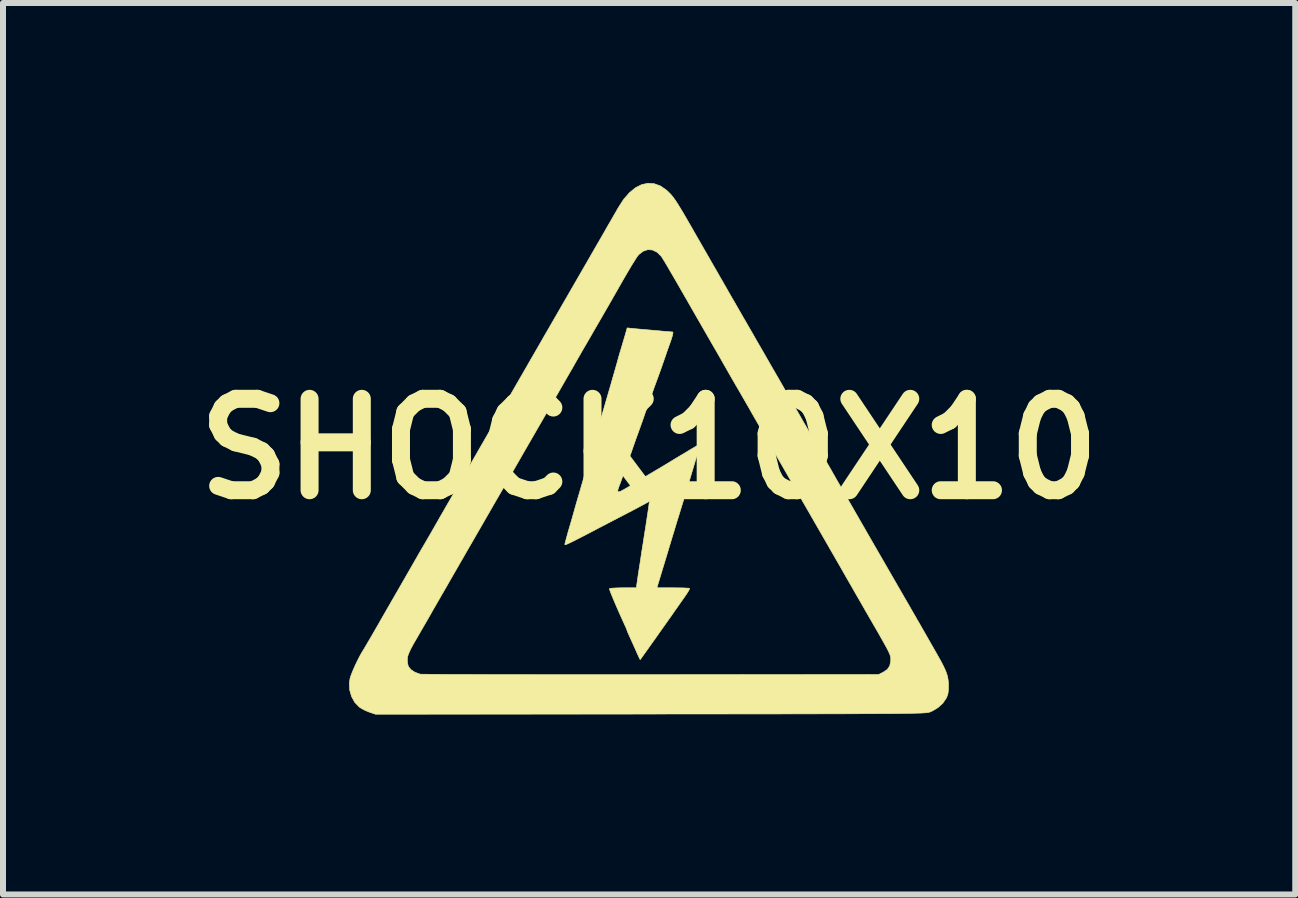
<source format=kicad_pcb>
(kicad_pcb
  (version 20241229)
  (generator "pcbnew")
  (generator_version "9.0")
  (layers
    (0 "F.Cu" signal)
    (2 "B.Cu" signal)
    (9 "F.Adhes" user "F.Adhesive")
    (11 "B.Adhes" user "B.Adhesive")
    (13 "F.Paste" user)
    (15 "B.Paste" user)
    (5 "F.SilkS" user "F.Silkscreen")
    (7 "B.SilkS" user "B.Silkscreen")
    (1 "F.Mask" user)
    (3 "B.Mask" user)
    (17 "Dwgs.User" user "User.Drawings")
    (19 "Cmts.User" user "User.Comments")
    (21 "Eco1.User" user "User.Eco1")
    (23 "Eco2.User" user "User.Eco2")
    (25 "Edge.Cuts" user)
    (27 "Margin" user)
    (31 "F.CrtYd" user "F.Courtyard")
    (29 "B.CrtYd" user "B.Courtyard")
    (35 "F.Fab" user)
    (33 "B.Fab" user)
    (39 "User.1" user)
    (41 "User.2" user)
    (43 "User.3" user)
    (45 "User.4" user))
  (footprint "SHOCK10X10"
    (layer "F.Cu")
    (at 7.772 4.434)
    (property "Reference" "SHOCK10X10" (at 0 0 0) (layer "F.SilkS") (effects (font (size 1.524 1.524) (thickness 0.3))))
    (attr through_hole)
    (fp_poly (pts (xy -0.258 -2.006) (xy -0.194 -2) (xy -0.115 -1.993) (xy -0.025 -1.985) (xy 0.068 -1.977) (xy 0.16 -1.969) (xy 0.244 -1.961) (xy 0.315 -1.955) (xy 0.367 -1.951) (xy 0.393 -1.949) (xy 0.395 -1.949) (xy 0.398 -1.935) (xy 0.39 -1.893) (xy 0.369 -1.824) (xy 0.35 -1.769) (xy 0.321 -1.688) (xy 0.293 -1.609) (xy 0.27 -1.54) (xy 0.256 -1.502) (xy 0.245 -1.468) (xy 0.231 -1.429) (xy 0.214 -1.38) (xy 0.192 -1.317) (xy 0.163 -1.237) (xy 0.126 -1.136) (xy 0.08 -1.01) (xy 0.062 -0.958) (xy 0.033 -0.877) (xy 0.001 -0.788) (xy -0.031 -0.698) (xy -0.059 -0.617) (xy -0.081 -0.554) (xy -0.087 -0.535) (xy -0.101 -0.495) (xy -0.123 -0.433) (xy -0.15 -0.358) (xy -0.175 -0.288) (xy -0.204 -0.209) (xy -0.23 -0.136) (xy -0.251 -0.076) (xy -0.264 -0.04) (xy -0.278 0.002) (xy -0.3 0.065) (xy -0.327 0.138) (xy -0.344 0.184) (xy -0.372 0.261) (xy -0.399 0.339) (xy -0.422 0.404) (xy -0.431 0.431) (xy -0.455 0.501) (xy -0.482 0.575) (xy -0.494 0.605) (xy -0.516 0.666) (xy -0.524 0.703) (xy -0.513 0.717) (xy -0.482 0.71) (xy -0.428 0.682) (xy -0.391 0.661) (xy -0.327 0.623) (xy -0.266 0.587) (xy -0.219 0.558) (xy -0.208 0.551) (xy -0.172 0.529) (xy -0.117 0.495) (xy -0.049 0.454) (xy 0.024 0.411) (xy 0.1 0.366) (xy 0.194 0.31) (xy 0.296 0.249) (xy 0.396 0.188) (xy 0.447 0.157) (xy 0.533 0.105) (xy 0.616 0.056) (xy 0.688 0.012) (xy 0.745 -0.021) (xy 0.773 -0.038) (xy 0.851 -0.084) (xy 0.843 -0.046) (xy 0.834 -0.014) (xy 0.819 0.039) (xy 0.8 0.104) (xy 0.791 0.136) (xy 0.765 0.218) (xy 0.739 0.307) (xy 0.715 0.385) (xy 0.711 0.399) (xy 0.673 0.526) (xy 0.642 0.629) (xy 0.616 0.715) (xy 0.593 0.791) (xy 0.572 0.862) (xy 0.549 0.937) (xy 0.523 1.022) (xy 0.523 1.022) (xy 0.495 1.113) (xy 0.46 1.225) (xy 0.423 1.348) (xy 0.385 1.473) (xy 0.352 1.582) (xy 0.32 1.688) (xy 0.289 1.792) (xy 0.26 1.887) (xy 0.236 1.966) (xy 0.218 2.023) (xy 0.217 2.029) (xy 0.195 2.101) (xy 0.173 2.174) (xy 0.155 2.232) (xy 0.131 2.316) (xy 0.398 2.316) (xy 0.487 2.317) (xy 0.565 2.318) (xy 0.626 2.321) (xy 0.664 2.323) (xy 0.675 2.326) (xy 0.671 2.342) (xy 0.652 2.377) (xy 0.622 2.424) (xy 0.618 2.43) (xy 0.572 2.496) (xy 0.52 2.569) (xy 0.482 2.624) (xy 0.431 2.696) (xy 0.373 2.78) (xy 0.308 2.872) (xy 0.239 2.969) (xy 0.169 3.068) (xy 0.101 3.165) (xy 0.036 3.256) (xy -0.023 3.339) (xy -0.074 3.41) (xy -0.113 3.465) (xy -0.139 3.501) (xy -0.149 3.514) (xy -0.149 3.514) (xy -0.156 3.501) (xy -0.173 3.465) (xy -0.197 3.413) (xy -0.207 3.391) (xy -0.241 3.313) (xy -0.28 3.227) (xy -0.314 3.152) (xy -0.314 3.152) (xy -0.339 3.097) (xy -0.358 3.054) (xy -0.367 3.03) (xy -0.367 3.028) (xy -0.374 3.009) (xy -0.389 2.972) (xy -0.399 2.951) (xy -0.455 2.828) (xy -0.507 2.712) (xy -0.554 2.604) (xy -0.594 2.51) (xy -0.626 2.432) (xy -0.649 2.373) (xy -0.661 2.339) (xy -0.662 2.33) (xy -0.643 2.325) (xy -0.599 2.321) (xy -0.535 2.318) (xy -0.458 2.316) (xy -0.433 2.316) (xy -0.213 2.316) (xy -0.194 2.185) (xy -0.182 2.101) (xy -0.165 1.992) (xy -0.145 1.864) (xy -0.124 1.722) (xy -0.1 1.573) (xy -0.077 1.423) (xy -0.055 1.286) (xy -0.041 1.194) (xy -0.028 1.106) (xy -0.016 1.029) (xy -0.008 0.973) (xy -0.006 0.96) (xy 0.005 0.874) (xy -0.081 0.922) (xy -0.125 0.945) (xy -0.189 0.98) (xy -0.269 1.022) (xy -0.357 1.068) (xy -0.423 1.102) (xy -0.519 1.152) (xy -0.617 1.203) (xy -0.709 1.251) (xy -0.786 1.291) (xy -0.823 1.31) (xy -0.969 1.387) (xy -1.09 1.45) (xy -1.188 1.5) (xy -1.264 1.539) (xy -1.321 1.566) (xy -1.361 1.585) (xy -1.387 1.595) (xy -1.401 1.597) (xy -1.406 1.594) (xy -1.406 1.594) (xy -1.401 1.572) (xy -1.389 1.526) (xy -1.371 1.46) (xy -1.349 1.38) (xy -1.333 1.326) (xy -1.306 1.235) (xy -1.281 1.148) (xy -1.26 1.073) (xy -1.244 1.017) (xy -1.239 0.998) (xy -1.226 0.952) (xy -1.206 0.883) (xy -1.183 0.803) (xy -1.158 0.719) (xy -1.158 0.719) (xy -1.128 0.614) (xy -1.09 0.486) (xy -1.048 0.342) (xy -1.004 0.189) (xy -0.959 0.035) (xy -0.916 -0.114) (xy -0.877 -0.249) (xy -0.87 -0.272) (xy -0.852 -0.335) (xy -0.827 -0.423) (xy -0.796 -0.53) (xy -0.761 -0.65) (xy -0.724 -0.778) (xy -0.686 -0.908) (xy -0.678 -0.935) (xy -0.643 -1.055) (xy -0.611 -1.168) (xy -0.582 -1.268) (xy -0.558 -1.352) (xy -0.54 -1.415) (xy -0.529 -1.454) (xy -0.527 -1.462) (xy -0.517 -1.499) (xy -0.501 -1.556) (xy -0.481 -1.623) (xy -0.474 -1.645) (xy -0.45 -1.727) (xy -0.424 -1.815) (xy -0.401 -1.892) (xy -0.399 -1.899) (xy -0.365 -2.017) (xy -0.258 -2.006)) (stroke (width 0.01) (type solid)) (fill yes) (layer "F.SilkS"))
    (fp_poly (pts (xy 0.086 -4.421) (xy 0.19 -4.383) (xy 0.291 -4.313) (xy 0.353 -4.253) (xy 0.381 -4.221) (xy 0.409 -4.185) (xy 0.441 -4.14) (xy 0.477 -4.085) (xy 0.52 -4.015) (xy 0.572 -3.929) (xy 0.634 -3.822) (xy 0.709 -3.692) (xy 0.751 -3.618) (xy 0.787 -3.555) (xy 0.835 -3.472) (xy 0.891 -3.374) (xy 0.951 -3.27) (xy 1.011 -3.166) (xy 1.024 -3.142) (xy 1.079 -3.047) (xy 1.13 -2.959) (xy 1.174 -2.881) (xy 1.21 -2.819) (xy 1.234 -2.777) (xy 1.24 -2.767) (xy 1.255 -2.74) (xy 1.285 -2.688) (xy 1.326 -2.616) (xy 1.377 -2.527) (xy 1.437 -2.424) (xy 1.502 -2.311) (xy 1.571 -2.19) (xy 1.577 -2.181) (xy 1.651 -2.052) (xy 1.726 -1.923) (xy 1.797 -1.798) (xy 1.864 -1.682) (xy 1.923 -1.581) (xy 1.97 -1.498) (xy 2 -1.446) (xy 2.049 -1.36) (xy 2.109 -1.257) (xy 2.173 -1.146) (xy 2.236 -1.036) (xy 2.276 -0.966) (xy 2.327 -0.878) (xy 2.375 -0.794) (xy 2.417 -0.722) (xy 2.449 -0.665) (xy 2.469 -0.631) (xy 2.469 -0.631) (xy 2.493 -0.59) (xy 2.527 -0.53) (xy 2.566 -0.461) (xy 2.591 -0.419) (xy 2.67 -0.282) (xy 2.747 -0.147) (xy 2.821 -0.019) (xy 2.889 0.099) (xy 2.95 0.204) (xy 3.001 0.293) (xy 3.041 0.362) (xy 3.067 0.409) (xy 3.076 0.423) (xy 3.12 0.502) (xy 3.18 0.606) (xy 3.253 0.734) (xy 3.339 0.884) (xy 3.436 1.053) (xy 3.543 1.239) (xy 3.659 1.441) (xy 3.783 1.656) (xy 3.914 1.883) (xy 4.05 2.119) (xy 4.18 2.344) (xy 4.263 2.488) (xy 4.332 2.607) (xy 4.389 2.707) (xy 4.438 2.791) (xy 4.472 2.852) (xy 4.495 2.89) (xy 4.532 2.955) (xy 4.583 3.044) (xy 4.647 3.156) (xy 4.723 3.289) (xy 4.795 3.415) (xy 4.86 3.53) (xy 4.909 3.624) (xy 4.945 3.703) (xy 4.969 3.771) (xy 4.983 3.833) (xy 4.99 3.896) (xy 4.992 3.946) (xy 4.99 4.02) (xy 4.984 4.074) (xy 4.971 4.119) (xy 4.952 4.16) (xy 4.897 4.24) (xy 4.818 4.312) (xy 4.726 4.368) (xy 4.676 4.389) (xy 4.666 4.392) (xy 4.654 4.394) (xy 4.639 4.397) (xy 4.619 4.399) (xy 4.593 4.401) (xy 4.561 4.403) (xy 4.52 4.405) (xy 4.47 4.406) (xy 4.41 4.408) (xy 4.339 4.409) (xy 4.255 4.41) (xy 4.158 4.412) (xy 4.046 4.413) (xy 3.919 4.414) (xy 3.775 4.414) (xy 3.612 4.415) (xy 3.431 4.416) (xy 3.23 4.417) (xy 3.007 4.417) (xy 2.762 4.418) (xy 2.493 4.418) (xy 2.2 4.419) (xy 1.882 4.419) (xy 1.536 4.419) (xy 1.163 4.42) (xy 0.76 4.42) (xy 0.328 4.42) (xy 0.016 4.421) (xy -4.561 4.424) (xy -4.665 4.389) (xy -4.731 4.362) (xy -4.795 4.328) (xy -4.834 4.302) (xy -4.908 4.225) (xy -4.961 4.128) (xy -4.992 4.019) (xy -4.998 3.905) (xy -4.985 3.823) (xy -4.968 3.771) (xy -4.94 3.7) (xy -4.904 3.618) (xy -4.864 3.534) (xy -4.853 3.513) (xy -4.031 3.513) (xy -4.028 3.569) (xy -4.016 3.619) (xy -4.011 3.632) (xy -3.97 3.681) (xy -3.908 3.722) (xy -3.835 3.75) (xy -3.811 3.756) (xy -3.789 3.757) (xy -3.737 3.757) (xy -3.655 3.758) (xy -3.546 3.759) (xy -3.411 3.76) (xy -3.251 3.761) (xy -3.067 3.761) (xy -2.862 3.762) (xy -2.636 3.763) (xy -2.39 3.763) (xy -2.127 3.763) (xy -1.848 3.764) (xy -1.554 3.764) (xy -1.246 3.764) (xy -0.926 3.764) (xy -0.596 3.764) (xy -0.256 3.764) (xy 0.04 3.764) (xy 3.826 3.762) (xy 3.902 3.724) (xy 3.97 3.679) (xy 4.011 3.621) (xy 4.028 3.543) (xy 4.029 3.512) (xy 4.029 3.49) (xy 4.026 3.468) (xy 4.019 3.442) (xy 4.007 3.411) (xy 3.989 3.371) (xy 3.962 3.319) (xy 3.925 3.252) (xy 3.878 3.168) (xy 3.818 3.062) (xy 3.743 2.933) (xy 3.715 2.883) (xy 3.675 2.815) (xy 3.638 2.751) (xy 3.609 2.701) (xy 3.595 2.676) (xy 3.55 2.597) (xy 3.494 2.5) (xy 3.433 2.394) (xy 3.372 2.287) (xy 3.315 2.188) (xy 3.274 2.117) (xy 3.24 2.057) (xy 3.194 1.976) (xy 3.138 1.879) (xy 3.077 1.773) (xy 3.014 1.664) (xy 2.976 1.597) (xy 2.918 1.497) (xy 2.848 1.375) (xy 2.769 1.238) (xy 2.685 1.091) (xy 2.599 0.942) (xy 2.514 0.795) (xy 2.452 0.687) (xy 2.379 0.559) (xy 2.306 0.433) (xy 2.238 0.314) (xy 2.176 0.206) (xy 2.122 0.113) (xy 2.08 0.039) (xy 2.05 -0.012) (xy 2.048 -0.016) (xy 2.009 -0.084) (xy 1.974 -0.146) (xy 1.946 -0.194) (xy 1.933 -0.216) (xy 1.918 -0.243) (xy 1.889 -0.293) (xy 1.849 -0.362) (xy 1.801 -0.445) (xy 1.748 -0.537) (xy 1.717 -0.591) (xy 1.658 -0.695) (xy 1.598 -0.799) (xy 1.541 -0.898) (xy 1.491 -0.985) (xy 1.451 -1.052) (xy 1.441 -1.07) (xy 1.393 -1.153) (xy 1.338 -1.249) (xy 1.285 -1.342) (xy 1.262 -1.382) (xy 1.222 -1.452) (xy 1.185 -1.518) (xy 1.154 -1.571) (xy 1.139 -1.597) (xy 1.115 -1.639) (xy 1.077 -1.704) (xy 1.028 -1.789) (xy 0.971 -1.888) (xy 0.908 -1.998) (xy 0.841 -2.115) (xy 0.772 -2.234) (xy 0.705 -2.351) (xy 0.642 -2.462) (xy 0.584 -2.562) (xy 0.535 -2.647) (xy 0.528 -2.66) (xy 0.466 -2.768) (xy 0.405 -2.873) (xy 0.348 -2.97) (xy 0.298 -3.056) (xy 0.256 -3.127) (xy 0.224 -3.178) (xy 0.206 -3.207) (xy 0.203 -3.211) (xy 0.133 -3.279) (xy 0.057 -3.316) (xy -0.02 -3.322) (xy -0.097 -3.297) (xy -0.17 -3.241) (xy -0.178 -3.232) (xy -0.202 -3.201) (xy -0.239 -3.143) (xy -0.291 -3.06) (xy -0.355 -2.952) (xy -0.431 -2.822) (xy -0.518 -2.669) (xy -0.592 -2.54) (xy -0.614 -2.501) (xy -0.65 -2.438) (xy -0.697 -2.356) (xy -0.753 -2.259) (xy -0.815 -2.152) (xy -0.881 -2.038) (xy -0.919 -1.973) (xy -0.984 -1.859) (xy -1.046 -1.752) (xy -1.103 -1.655) (xy -1.151 -1.571) (xy -1.189 -1.505) (xy -1.214 -1.461) (xy -1.223 -1.446) (xy -1.25 -1.397) (xy -1.285 -1.336) (xy -1.314 -1.286) (xy -1.34 -1.241) (xy -1.38 -1.172) (xy -1.431 -1.083) (xy -1.492 -0.977) (xy -1.56 -0.859) (xy -1.634 -0.732) (xy -1.71 -0.599) (xy -1.788 -0.464) (xy -1.865 -0.331) (xy -1.938 -0.204) (xy -2.007 -0.085) (xy -2.068 0.021) (xy -2.12 0.111) (xy -2.16 0.181) (xy -2.186 0.227) (xy -2.189 0.232) (xy -2.224 0.292) (xy -2.272 0.376) (xy -2.331 0.479) (xy -2.4 0.599) (xy -2.476 0.731) (xy -2.557 0.871) (xy -2.64 1.015) (xy -2.723 1.159) (xy -2.804 1.3) (xy -2.881 1.433) (xy -2.951 1.555) (xy -2.971 1.589) (xy -3.034 1.698) (xy -3.097 1.808) (xy -3.157 1.911) (xy -3.21 2.004) (xy -3.253 2.078) (xy -3.275 2.117) (xy -3.325 2.203) (xy -3.381 2.302) (xy -3.436 2.397) (xy -3.459 2.436) (xy -3.509 2.523) (xy -3.566 2.622) (xy -3.62 2.716) (xy -3.642 2.756) (xy -3.69 2.84) (xy -3.744 2.933) (xy -3.795 3.021) (xy -3.817 3.059) (xy -3.883 3.173) (xy -3.935 3.263) (xy -3.973 3.334) (xy -3.999 3.39) (xy -4.017 3.434) (xy -4.027 3.471) (xy -4.031 3.504) (xy -4.031 3.513) (xy -4.853 3.513) (xy -4.825 3.457) (xy -4.79 3.395) (xy -4.785 3.388) (xy -4.765 3.355) (xy -4.733 3.301) (xy -4.692 3.231) (xy -4.645 3.151) (xy -4.597 3.068) (xy -4.55 2.987) (xy -4.508 2.914) (xy -4.477 2.859) (xy -4.442 2.798) (xy -4.392 2.711) (xy -4.328 2.6) (xy -4.251 2.466) (xy -4.162 2.312) (xy -4.082 2.173) (xy -4.026 2.075) (xy -3.973 1.983) (xy -3.926 1.901) (xy -3.888 1.835) (xy -3.861 1.788) (xy -3.853 1.773) (xy -3.825 1.724) (xy -3.788 1.661) (xy -3.749 1.594) (xy -3.741 1.582) (xy -3.704 1.517) (xy -3.657 1.437) (xy -3.608 1.351) (xy -3.571 1.286) (xy -3.521 1.199) (xy -3.467 1.104) (xy -3.414 1.013) (xy -3.383 0.958) (xy -3.346 0.894) (xy -3.297 0.81) (xy -3.242 0.714) (xy -3.184 0.614) (xy -3.139 0.535) (xy -3.077 0.427) (xy -3.011 0.312) (xy -2.942 0.194) (xy -2.876 0.079) (xy -2.816 -0.026) (xy -2.763 -0.117) (xy -2.723 -0.187) (xy -2.715 -0.2) (xy -2.7 -0.227) (xy -2.67 -0.278) (xy -2.631 -0.347) (xy -2.583 -0.429) (xy -2.531 -0.521) (xy -2.504 -0.567) (xy -2.416 -0.72) (xy -2.323 -0.882) (xy -2.228 -1.047) (xy -2.133 -1.212) (xy -2.04 -1.373) (xy -1.953 -1.525) (xy -1.872 -1.665) (xy -1.801 -1.788) (xy -1.743 -1.89) (xy -1.713 -1.941) (xy -1.443 -2.409) (xy -1.182 -2.861) (xy -0.934 -3.291) (xy -0.875 -3.394) (xy -0.814 -3.499) (xy -0.757 -3.598) (xy -0.708 -3.684) (xy -0.669 -3.752) (xy -0.658 -3.77) (xy -0.615 -3.845) (xy -0.57 -3.923) (xy -0.531 -3.991) (xy -0.514 -4.021) (xy -0.424 -4.161) (xy -0.327 -4.272) (xy -0.227 -4.354) (xy -0.124 -4.406) (xy -0.019 -4.429) (xy 0.086 -4.421)) (stroke (width 0.01) (type solid)) (fill yes) (layer "F.SilkS")))
  (gr_rect
    (start -3 -3)
    (end 18.545 11.863)
    (stroke (width 0.1) (type default))
    (fill no)
    (layer "Edge.Cuts")))
</source>
